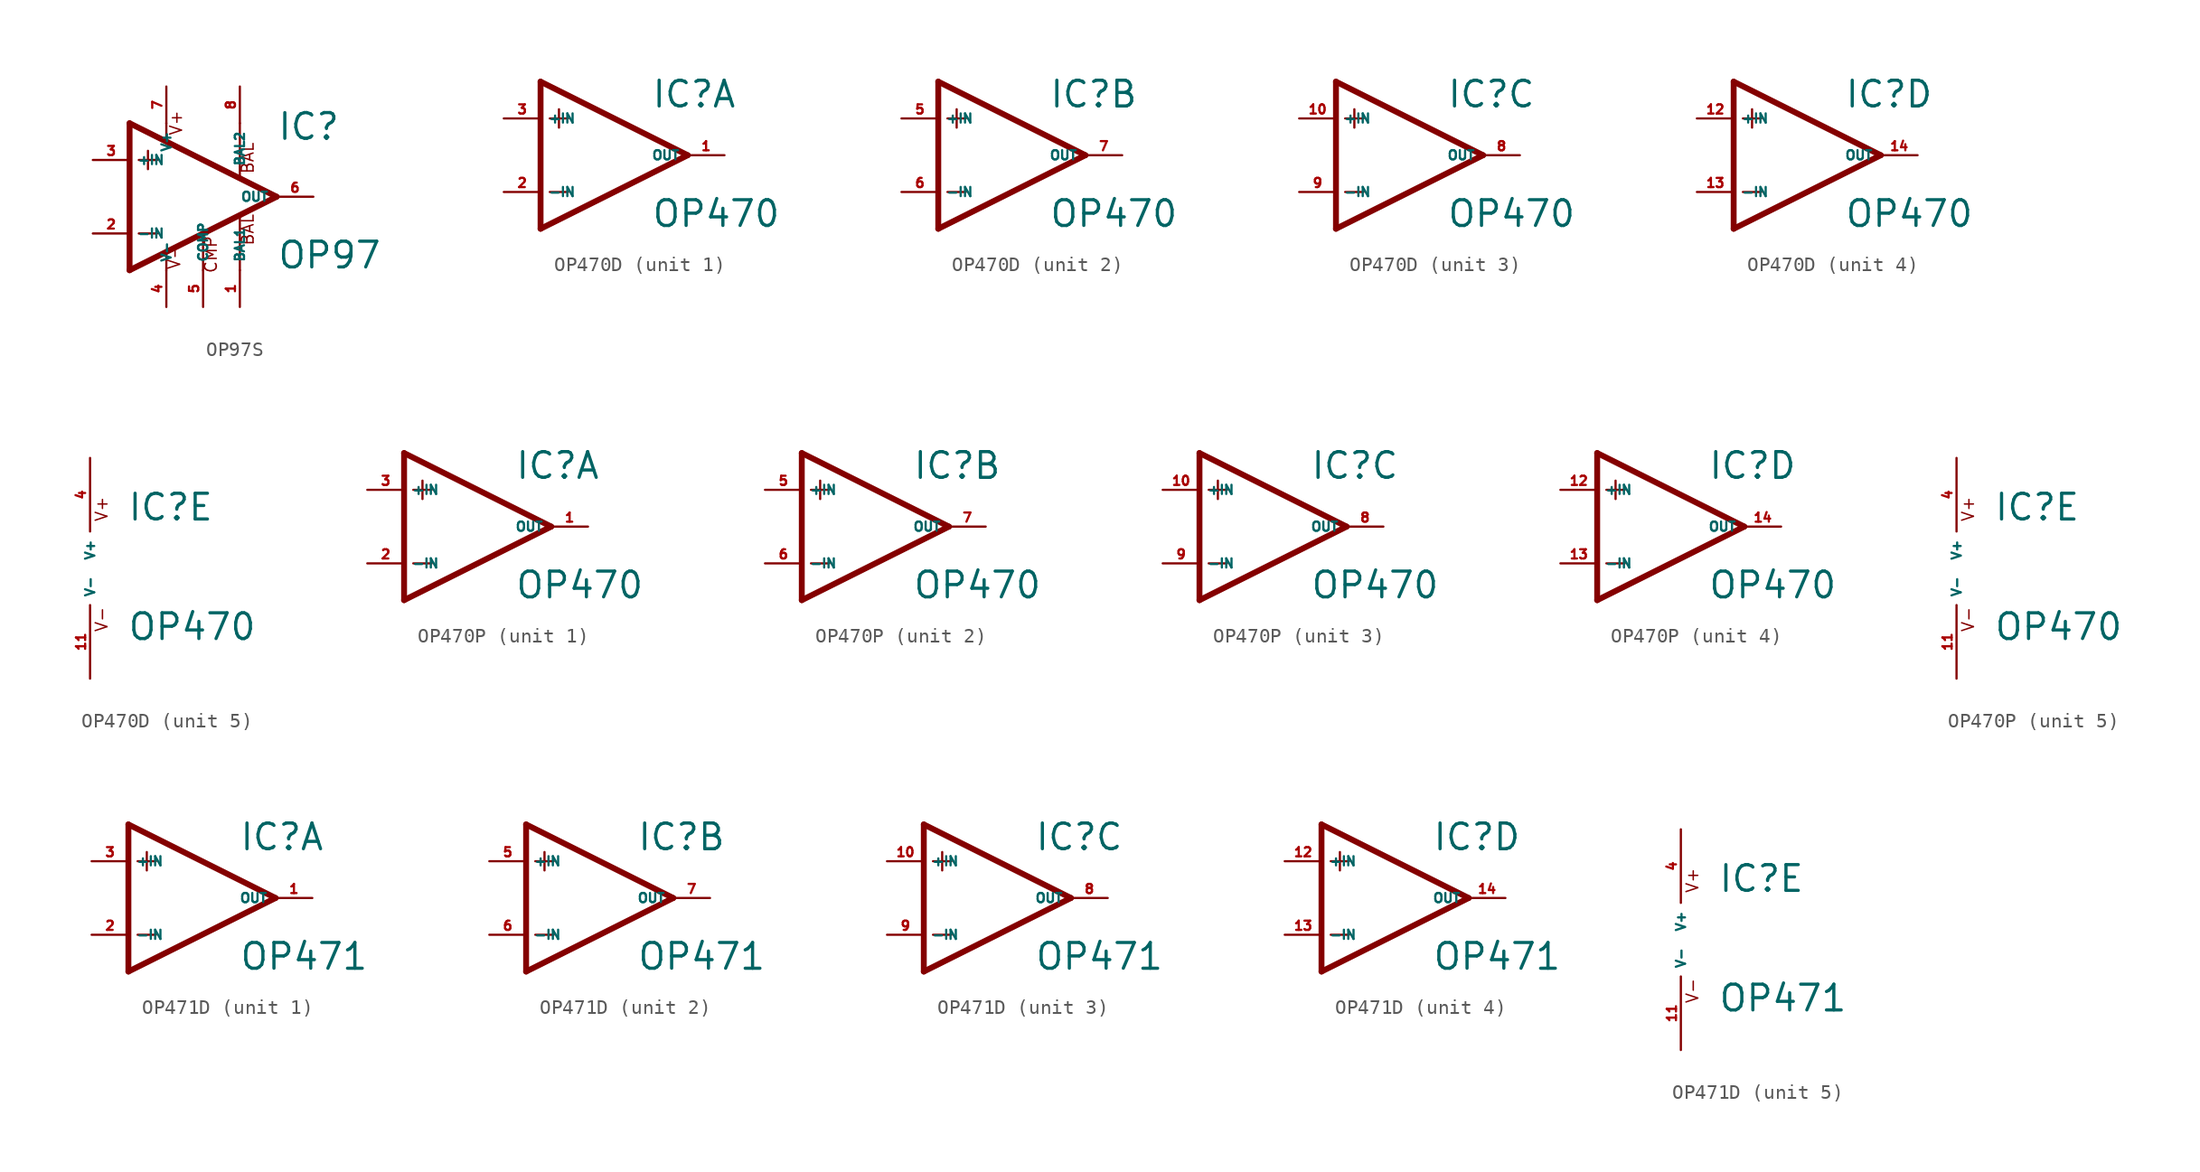
<source format=kicad_sym>
(kicad_symbol_lib
  (version 20220914)
  (generator Eagle2Kicad)
  (symbol "OP97S"
    (property "Reference" "IC"
      (at 5.08 3.81 0)
      (effects (font (size 1.778 1.778) (thickness 0.22)) (justify left bottom)))
    (property "Value" "OP97"
      (at 5.08 -5.08 0)
      (effects (font (size 1.778 1.778) (thickness 0.22)) (justify left bottom)))
    (polyline
      (pts (xy -3.81 3.175) (xy -3.81 1.905))
      (stroke (width 0.152) (type default))
      (fill (type none)))
    (polyline
      (pts (xy -4.445 2.54) (xy -3.175 2.54))
      (stroke (width 0.152) (type default))
      (fill (type none)))
    (polyline
      (pts (xy -4.445 -2.54) (xy -3.175 -2.54))
      (stroke (width 0.152) (type default))
      (fill (type none)))
    (polyline
      (pts (xy -5.08 5.08) (xy -5.08 -5.08))
      (stroke (width 0.406) (type default))
      (fill (type none)))
    (polyline
      (pts (xy -2.54 5.08) (xy -2.54 3.886))
      (stroke (width 0.152) (type default))
      (fill (type none)))
    (polyline
      (pts (xy 2.54 5.08) (xy 2.54 1.346))
      (stroke (width 0.152) (type default))
      (fill (type none)))
    (polyline
      (pts (xy 2.54 -5.08) (xy 2.54 -1.346))
      (stroke (width 0.152) (type default))
      (fill (type none)))
    (polyline
      (pts (xy -5.08 5.08) (xy 5.08 0))
      (stroke (width 0.406) (type default))
      (fill (type none)))
    (polyline
      (pts (xy -5.08 -5.08) (xy 5.08 0))
      (stroke (width 0.406) (type default))
      (fill (type none)))
    (polyline
      (pts (xy -2.54 -5.08) (xy -2.54 -3.886))
      (stroke (width 0.152) (type default))
      (fill (type none)))
    (polyline
      (pts (xy 0 -5.08) (xy 0 -2.616))
      (stroke (width 0.152) (type default))
      (fill (type none)))
    (text "BAL"
      (at 3.556 1.524 900)
      (effects (font (size 0.813 0.813) (thickness 0.10)) (justify left bottom)))
    (text "BAL"
      (at 3.556 -3.429 900)
      (effects (font (size 0.813 0.813) (thickness 0.10)) (justify left bottom)))
    (text "V-"
      (at -1.524 -5.08 900)
      (effects (font (size 0.813 0.813) (thickness 0.10)) (justify left bottom)))
    (text "CMP"
      (at 1.016 -5.334 900)
      (effects (font (size 0.813 0.813) (thickness 0.10)) (justify left bottom)))
    (text "V+"
      (at -1.397 4.191 900)
      (effects (font (size 0.813 0.813) (thickness 0.10)) (justify left bottom)))
    (pin input line
      (at -7.62 -2.54 0)
      (length 2.54)
      (name "-IN" (effects (font (size 0.635 0.635) (thickness 0.08)) (justify left bottom)))
      (number "2" (effects (font (size 0.635 0.635) (thickness 0.08)) (justify left bottom))))
    (pin input line
      (at -7.62 2.54 0)
      (length 2.54)
      (name "+IN" (effects (font (size 0.635 0.635) (thickness 0.08)) (justify left bottom)))
      (number "3" (effects (font (size 0.635 0.635) (thickness 0.08)) (justify left bottom))))
    (pin passive line
      (at 2.54 7.62 270)
      (length 2.54)
      (name "BAL2" (effects (font (size 0.635 0.635) (thickness 0.08)) (justify left bottom)))
      (number "8" (effects (font (size 0.635 0.635) (thickness 0.08)) (justify left bottom))))
    (pin output line
      (at 7.62 0 180)
      (length 2.54)
      (name "OUT" (effects (font (size 0.635 0.635) (thickness 0.08)) (justify left bottom)))
      (number "6" (effects (font (size 0.635 0.635) (thickness 0.08)) (justify left bottom))))
    (pin passive line
      (at 2.54 -7.62 90)
      (length 2.54)
      (name "BAL1" (effects (font (size 0.635 0.635) (thickness 0.08)) (justify left bottom)))
      (number "1" (effects (font (size 0.635 0.635) (thickness 0.08)) (justify left bottom))))
    (pin unspecified line
      (at -2.54 7.62 270)
      (length 2.54)
      (name "V+" (effects (font (size 0.635 0.635) (thickness 0.08)) (justify left bottom)))
      (number "7" (effects (font (size 0.635 0.635) (thickness 0.08)) (justify left bottom))))
    (pin passive line
      (at 0 -7.62 90)
      (length 2.54)
      (name "COMP" (effects (font (size 0.635 0.635) (thickness 0.08)) (justify left bottom)))
      (number "5" (effects (font (size 0.635 0.635) (thickness 0.08)) (justify left bottom))))
    (pin unspecified line
      (at -2.54 -7.62 90)
      (length 2.54)
      (name "V-" (effects (font (size 0.635 0.635) (thickness 0.08)) (justify left bottom)))
      (number "4" (effects (font (size 0.635 0.635) (thickness 0.08)) (justify left bottom)))))
  (symbol "OP470D"
    (property "Reference" "IC"
      (at 2.54 3.175 0)
      (effects (font (size 1.778 1.778) (thickness 0.22)) (justify left bottom)))
    (property "Value" "OP470"
      (at 2.54 -5.08 0)
      (effects (font (size 1.778 1.778) (thickness 0.22)) (justify left bottom)))
    (symbol "OP470D_1_0"
      (polyline (pts (xy -5.08 5.08) (xy -5.08 -5.08)) (stroke (width 0.406) (type default)) (fill (type none)))
      (polyline (pts (xy -5.08 -5.08) (xy 5.08 0)) (stroke (width 0.406) (type default)) (fill (type none)))
      (polyline (pts (xy 5.08 0) (xy -5.08 5.08)) (stroke (width 0.406) (type default)) (fill (type none)))
      (polyline (pts (xy -3.81 3.175) (xy -3.81 1.905)) (stroke (width 0.152) (type default)) (fill (type none)))
      (polyline (pts (xy -4.445 2.54) (xy -3.175 2.54)) (stroke (width 0.152) (type default)) (fill (type none)))
      (polyline (pts (xy -4.445 -2.54) (xy -3.175 -2.54)) (stroke (width 0.152) (type default)) (fill (type none)))
      (pin input line (at -7.62 -2.54 0) (length 2.54) (name "-IN" (effects (font (size 0.635 0.635) (thickness 0.08)) (justify left bottom))) (number "2" (effects (font (size 0.635 0.635) (thickness 0.08)) (justify left bottom))))
      (pin input line (at -7.62 2.54 0) (length 2.54) (name "+IN" (effects (font (size 0.635 0.635) (thickness 0.08)) (justify left bottom))) (number "3" (effects (font (size 0.635 0.635) (thickness 0.08)) (justify left bottom))))
      (pin output line (at 7.62 0 180) (length 2.54) (name "OUT" (effects (font (size 0.635 0.635) (thickness 0.08)) (justify left bottom))) (number "1" (effects (font (size 0.635 0.635) (thickness 0.08)) (justify left bottom)))))
    (symbol "OP470D_2_0"
      (polyline (pts (xy -5.08 5.08) (xy -5.08 -5.08)) (stroke (width 0.406) (type default)) (fill (type none)))
      (polyline (pts (xy -5.08 -5.08) (xy 5.08 0)) (stroke (width 0.406) (type default)) (fill (type none)))
      (polyline (pts (xy 5.08 0) (xy -5.08 5.08)) (stroke (width 0.406) (type default)) (fill (type none)))
      (polyline (pts (xy -3.81 3.175) (xy -3.81 1.905)) (stroke (width 0.152) (type default)) (fill (type none)))
      (polyline (pts (xy -4.445 2.54) (xy -3.175 2.54)) (stroke (width 0.152) (type default)) (fill (type none)))
      (polyline (pts (xy -4.445 -2.54) (xy -3.175 -2.54)) (stroke (width 0.152) (type default)) (fill (type none)))
      (pin input line (at -7.62 -2.54 0) (length 2.54) (name "-IN" (effects (font (size 0.635 0.635) (thickness 0.08)) (justify left bottom))) (number "6" (effects (font (size 0.635 0.635) (thickness 0.08)) (justify left bottom))))
      (pin input line (at -7.62 2.54 0) (length 2.54) (name "+IN" (effects (font (size 0.635 0.635) (thickness 0.08)) (justify left bottom))) (number "5" (effects (font (size 0.635 0.635) (thickness 0.08)) (justify left bottom))))
      (pin output line (at 7.62 0 180) (length 2.54) (name "OUT" (effects (font (size 0.635 0.635) (thickness 0.08)) (justify left bottom))) (number "7" (effects (font (size 0.635 0.635) (thickness 0.08)) (justify left bottom)))))
    (symbol "OP470D_3_0"
      (polyline (pts (xy -5.08 5.08) (xy -5.08 -5.08)) (stroke (width 0.406) (type default)) (fill (type none)))
      (polyline (pts (xy -5.08 -5.08) (xy 5.08 0)) (stroke (width 0.406) (type default)) (fill (type none)))
      (polyline (pts (xy 5.08 0) (xy -5.08 5.08)) (stroke (width 0.406) (type default)) (fill (type none)))
      (polyline (pts (xy -3.81 3.175) (xy -3.81 1.905)) (stroke (width 0.152) (type default)) (fill (type none)))
      (polyline (pts (xy -4.445 2.54) (xy -3.175 2.54)) (stroke (width 0.152) (type default)) (fill (type none)))
      (polyline (pts (xy -4.445 -2.54) (xy -3.175 -2.54)) (stroke (width 0.152) (type default)) (fill (type none)))
      (pin input line (at -7.62 -2.54 0) (length 2.54) (name "-IN" (effects (font (size 0.635 0.635) (thickness 0.08)) (justify left bottom))) (number "9" (effects (font (size 0.635 0.635) (thickness 0.08)) (justify left bottom))))
      (pin input line (at -7.62 2.54 0) (length 2.54) (name "+IN" (effects (font (size 0.635 0.635) (thickness 0.08)) (justify left bottom))) (number "10" (effects (font (size 0.635 0.635) (thickness 0.08)) (justify left bottom))))
      (pin output line (at 7.62 0 180) (length 2.54) (name "OUT" (effects (font (size 0.635 0.635) (thickness 0.08)) (justify left bottom))) (number "8" (effects (font (size 0.635 0.635) (thickness 0.08)) (justify left bottom)))))
    (symbol "OP470D_4_0"
      (polyline (pts (xy -5.08 5.08) (xy -5.08 -5.08)) (stroke (width 0.406) (type default)) (fill (type none)))
      (polyline (pts (xy -5.08 -5.08) (xy 5.08 0)) (stroke (width 0.406) (type default)) (fill (type none)))
      (polyline (pts (xy 5.08 0) (xy -5.08 5.08)) (stroke (width 0.406) (type default)) (fill (type none)))
      (polyline (pts (xy -3.81 3.175) (xy -3.81 1.905)) (stroke (width 0.152) (type default)) (fill (type none)))
      (polyline (pts (xy -4.445 2.54) (xy -3.175 2.54)) (stroke (width 0.152) (type default)) (fill (type none)))
      (polyline (pts (xy -4.445 -2.54) (xy -3.175 -2.54)) (stroke (width 0.152) (type default)) (fill (type none)))
      (pin input line (at -7.62 -2.54 0) (length 2.54) (name "-IN" (effects (font (size 0.635 0.635) (thickness 0.08)) (justify left bottom))) (number "13" (effects (font (size 0.635 0.635) (thickness 0.08)) (justify left bottom))))
      (pin input line (at -7.62 2.54 0) (length 2.54) (name "+IN" (effects (font (size 0.635 0.635) (thickness 0.08)) (justify left bottom))) (number "12" (effects (font (size 0.635 0.635) (thickness 0.08)) (justify left bottom))))
      (pin output line (at 7.62 0 180) (length 2.54) (name "OUT" (effects (font (size 0.635 0.635) (thickness 0.08)) (justify left bottom))) (number "14" (effects (font (size 0.635 0.635) (thickness 0.08)) (justify left bottom)))))
    (symbol "OP470D_5_0"
      (text "V+" (at 1.27 3.175 900) (effects (font (size 0.813 0.813) (thickness 0.10)) (justify left bottom)))
      (text "V-" (at 1.27 -4.445 900) (effects (font (size 0.813 0.813) (thickness 0.10)) (justify left bottom)))
      (pin unspecified line (at 0 7.62 270) (length 5.08) (name "V+" (effects (font (size 0.635 0.635) (thickness 0.08)) (justify left bottom))) (number "4" (effects (font (size 0.635 0.635) (thickness 0.08)) (justify left bottom))))
      (pin unspecified line (at 0 -7.62 90) (length 5.08) (name "V-" (effects (font (size 0.635 0.635) (thickness 0.08)) (justify left bottom))) (number "11" (effects (font (size 0.635 0.635) (thickness 0.08)) (justify left bottom))))))
  (symbol "OP470P"
    (property "Reference" "IC"
      (at 2.54 3.175 0)
      (effects (font (size 1.778 1.778) (thickness 0.22)) (justify left bottom)))
    (property "Value" "OP470"
      (at 2.54 -5.08 0)
      (effects (font (size 1.778 1.778) (thickness 0.22)) (justify left bottom)))
    (symbol "OP470P_1_0"
      (polyline (pts (xy -5.08 5.08) (xy -5.08 -5.08)) (stroke (width 0.406) (type default)) (fill (type none)))
      (polyline (pts (xy -5.08 -5.08) (xy 5.08 0)) (stroke (width 0.406) (type default)) (fill (type none)))
      (polyline (pts (xy 5.08 0) (xy -5.08 5.08)) (stroke (width 0.406) (type default)) (fill (type none)))
      (polyline (pts (xy -3.81 3.175) (xy -3.81 1.905)) (stroke (width 0.152) (type default)) (fill (type none)))
      (polyline (pts (xy -4.445 2.54) (xy -3.175 2.54)) (stroke (width 0.152) (type default)) (fill (type none)))
      (polyline (pts (xy -4.445 -2.54) (xy -3.175 -2.54)) (stroke (width 0.152) (type default)) (fill (type none)))
      (pin input line (at -7.62 -2.54 0) (length 2.54) (name "-IN" (effects (font (size 0.635 0.635) (thickness 0.08)) (justify left bottom))) (number "2" (effects (font (size 0.635 0.635) (thickness 0.08)) (justify left bottom))))
      (pin input line (at -7.62 2.54 0) (length 2.54) (name "+IN" (effects (font (size 0.635 0.635) (thickness 0.08)) (justify left bottom))) (number "3" (effects (font (size 0.635 0.635) (thickness 0.08)) (justify left bottom))))
      (pin output line (at 7.62 0 180) (length 2.54) (name "OUT" (effects (font (size 0.635 0.635) (thickness 0.08)) (justify left bottom))) (number "1" (effects (font (size 0.635 0.635) (thickness 0.08)) (justify left bottom)))))
    (symbol "OP470P_2_0"
      (polyline (pts (xy -5.08 5.08) (xy -5.08 -5.08)) (stroke (width 0.406) (type default)) (fill (type none)))
      (polyline (pts (xy -5.08 -5.08) (xy 5.08 0)) (stroke (width 0.406) (type default)) (fill (type none)))
      (polyline (pts (xy 5.08 0) (xy -5.08 5.08)) (stroke (width 0.406) (type default)) (fill (type none)))
      (polyline (pts (xy -3.81 3.175) (xy -3.81 1.905)) (stroke (width 0.152) (type default)) (fill (type none)))
      (polyline (pts (xy -4.445 2.54) (xy -3.175 2.54)) (stroke (width 0.152) (type default)) (fill (type none)))
      (polyline (pts (xy -4.445 -2.54) (xy -3.175 -2.54)) (stroke (width 0.152) (type default)) (fill (type none)))
      (pin input line (at -7.62 -2.54 0) (length 2.54) (name "-IN" (effects (font (size 0.635 0.635) (thickness 0.08)) (justify left bottom))) (number "6" (effects (font (size 0.635 0.635) (thickness 0.08)) (justify left bottom))))
      (pin input line (at -7.62 2.54 0) (length 2.54) (name "+IN" (effects (font (size 0.635 0.635) (thickness 0.08)) (justify left bottom))) (number "5" (effects (font (size 0.635 0.635) (thickness 0.08)) (justify left bottom))))
      (pin output line (at 7.62 0 180) (length 2.54) (name "OUT" (effects (font (size 0.635 0.635) (thickness 0.08)) (justify left bottom))) (number "7" (effects (font (size 0.635 0.635) (thickness 0.08)) (justify left bottom)))))
    (symbol "OP470P_3_0"
      (polyline (pts (xy -5.08 5.08) (xy -5.08 -5.08)) (stroke (width 0.406) (type default)) (fill (type none)))
      (polyline (pts (xy -5.08 -5.08) (xy 5.08 0)) (stroke (width 0.406) (type default)) (fill (type none)))
      (polyline (pts (xy 5.08 0) (xy -5.08 5.08)) (stroke (width 0.406) (type default)) (fill (type none)))
      (polyline (pts (xy -3.81 3.175) (xy -3.81 1.905)) (stroke (width 0.152) (type default)) (fill (type none)))
      (polyline (pts (xy -4.445 2.54) (xy -3.175 2.54)) (stroke (width 0.152) (type default)) (fill (type none)))
      (polyline (pts (xy -4.445 -2.54) (xy -3.175 -2.54)) (stroke (width 0.152) (type default)) (fill (type none)))
      (pin input line (at -7.62 -2.54 0) (length 2.54) (name "-IN" (effects (font (size 0.635 0.635) (thickness 0.08)) (justify left bottom))) (number "9" (effects (font (size 0.635 0.635) (thickness 0.08)) (justify left bottom))))
      (pin input line (at -7.62 2.54 0) (length 2.54) (name "+IN" (effects (font (size 0.635 0.635) (thickness 0.08)) (justify left bottom))) (number "10" (effects (font (size 0.635 0.635) (thickness 0.08)) (justify left bottom))))
      (pin output line (at 7.62 0 180) (length 2.54) (name "OUT" (effects (font (size 0.635 0.635) (thickness 0.08)) (justify left bottom))) (number "8" (effects (font (size 0.635 0.635) (thickness 0.08)) (justify left bottom)))))
    (symbol "OP470P_4_0"
      (polyline (pts (xy -5.08 5.08) (xy -5.08 -5.08)) (stroke (width 0.406) (type default)) (fill (type none)))
      (polyline (pts (xy -5.08 -5.08) (xy 5.08 0)) (stroke (width 0.406) (type default)) (fill (type none)))
      (polyline (pts (xy 5.08 0) (xy -5.08 5.08)) (stroke (width 0.406) (type default)) (fill (type none)))
      (polyline (pts (xy -3.81 3.175) (xy -3.81 1.905)) (stroke (width 0.152) (type default)) (fill (type none)))
      (polyline (pts (xy -4.445 2.54) (xy -3.175 2.54)) (stroke (width 0.152) (type default)) (fill (type none)))
      (polyline (pts (xy -4.445 -2.54) (xy -3.175 -2.54)) (stroke (width 0.152) (type default)) (fill (type none)))
      (pin input line (at -7.62 -2.54 0) (length 2.54) (name "-IN" (effects (font (size 0.635 0.635) (thickness 0.08)) (justify left bottom))) (number "13" (effects (font (size 0.635 0.635) (thickness 0.08)) (justify left bottom))))
      (pin input line (at -7.62 2.54 0) (length 2.54) (name "+IN" (effects (font (size 0.635 0.635) (thickness 0.08)) (justify left bottom))) (number "12" (effects (font (size 0.635 0.635) (thickness 0.08)) (justify left bottom))))
      (pin output line (at 7.62 0 180) (length 2.54) (name "OUT" (effects (font (size 0.635 0.635) (thickness 0.08)) (justify left bottom))) (number "14" (effects (font (size 0.635 0.635) (thickness 0.08)) (justify left bottom)))))
    (symbol "OP470P_5_0"
      (text "V+" (at 1.27 3.175 900) (effects (font (size 0.813 0.813) (thickness 0.10)) (justify left bottom)))
      (text "V-" (at 1.27 -4.445 900) (effects (font (size 0.813 0.813) (thickness 0.10)) (justify left bottom)))
      (pin unspecified line (at 0 7.62 270) (length 5.08) (name "V+" (effects (font (size 0.635 0.635) (thickness 0.08)) (justify left bottom))) (number "4" (effects (font (size 0.635 0.635) (thickness 0.08)) (justify left bottom))))
      (pin unspecified line (at 0 -7.62 90) (length 5.08) (name "V-" (effects (font (size 0.635 0.635) (thickness 0.08)) (justify left bottom))) (number "11" (effects (font (size 0.635 0.635) (thickness 0.08)) (justify left bottom))))))
  (symbol "OP471D"
    (property "Reference" "IC"
      (at 2.54 3.175 0)
      (effects (font (size 1.778 1.778) (thickness 0.22)) (justify left bottom)))
    (property "Value" "OP471"
      (at 2.54 -5.08 0)
      (effects (font (size 1.778 1.778) (thickness 0.22)) (justify left bottom)))
    (symbol "OP471D_1_0"
      (polyline (pts (xy -5.08 5.08) (xy -5.08 -5.08)) (stroke (width 0.406) (type default)) (fill (type none)))
      (polyline (pts (xy -5.08 -5.08) (xy 5.08 0)) (stroke (width 0.406) (type default)) (fill (type none)))
      (polyline (pts (xy 5.08 0) (xy -5.08 5.08)) (stroke (width 0.406) (type default)) (fill (type none)))
      (polyline (pts (xy -3.81 3.175) (xy -3.81 1.905)) (stroke (width 0.152) (type default)) (fill (type none)))
      (polyline (pts (xy -4.445 2.54) (xy -3.175 2.54)) (stroke (width 0.152) (type default)) (fill (type none)))
      (polyline (pts (xy -4.445 -2.54) (xy -3.175 -2.54)) (stroke (width 0.152) (type default)) (fill (type none)))
      (pin input line (at -7.62 -2.54 0) (length 2.54) (name "-IN" (effects (font (size 0.635 0.635) (thickness 0.08)) (justify left bottom))) (number "2" (effects (font (size 0.635 0.635) (thickness 0.08)) (justify left bottom))))
      (pin input line (at -7.62 2.54 0) (length 2.54) (name "+IN" (effects (font (size 0.635 0.635) (thickness 0.08)) (justify left bottom))) (number "3" (effects (font (size 0.635 0.635) (thickness 0.08)) (justify left bottom))))
      (pin output line (at 7.62 0 180) (length 2.54) (name "OUT" (effects (font (size 0.635 0.635) (thickness 0.08)) (justify left bottom))) (number "1" (effects (font (size 0.635 0.635) (thickness 0.08)) (justify left bottom)))))
    (symbol "OP471D_2_0"
      (polyline (pts (xy -5.08 5.08) (xy -5.08 -5.08)) (stroke (width 0.406) (type default)) (fill (type none)))
      (polyline (pts (xy -5.08 -5.08) (xy 5.08 0)) (stroke (width 0.406) (type default)) (fill (type none)))
      (polyline (pts (xy 5.08 0) (xy -5.08 5.08)) (stroke (width 0.406) (type default)) (fill (type none)))
      (polyline (pts (xy -3.81 3.175) (xy -3.81 1.905)) (stroke (width 0.152) (type default)) (fill (type none)))
      (polyline (pts (xy -4.445 2.54) (xy -3.175 2.54)) (stroke (width 0.152) (type default)) (fill (type none)))
      (polyline (pts (xy -4.445 -2.54) (xy -3.175 -2.54)) (stroke (width 0.152) (type default)) (fill (type none)))
      (pin input line (at -7.62 -2.54 0) (length 2.54) (name "-IN" (effects (font (size 0.635 0.635) (thickness 0.08)) (justify left bottom))) (number "6" (effects (font (size 0.635 0.635) (thickness 0.08)) (justify left bottom))))
      (pin input line (at -7.62 2.54 0) (length 2.54) (name "+IN" (effects (font (size 0.635 0.635) (thickness 0.08)) (justify left bottom))) (number "5" (effects (font (size 0.635 0.635) (thickness 0.08)) (justify left bottom))))
      (pin output line (at 7.62 0 180) (length 2.54) (name "OUT" (effects (font (size 0.635 0.635) (thickness 0.08)) (justify left bottom))) (number "7" (effects (font (size 0.635 0.635) (thickness 0.08)) (justify left bottom)))))
    (symbol "OP471D_3_0"
      (polyline (pts (xy -5.08 5.08) (xy -5.08 -5.08)) (stroke (width 0.406) (type default)) (fill (type none)))
      (polyline (pts (xy -5.08 -5.08) (xy 5.08 0)) (stroke (width 0.406) (type default)) (fill (type none)))
      (polyline (pts (xy 5.08 0) (xy -5.08 5.08)) (stroke (width 0.406) (type default)) (fill (type none)))
      (polyline (pts (xy -3.81 3.175) (xy -3.81 1.905)) (stroke (width 0.152) (type default)) (fill (type none)))
      (polyline (pts (xy -4.445 2.54) (xy -3.175 2.54)) (stroke (width 0.152) (type default)) (fill (type none)))
      (polyline (pts (xy -4.445 -2.54) (xy -3.175 -2.54)) (stroke (width 0.152) (type default)) (fill (type none)))
      (pin input line (at -7.62 -2.54 0) (length 2.54) (name "-IN" (effects (font (size 0.635 0.635) (thickness 0.08)) (justify left bottom))) (number "9" (effects (font (size 0.635 0.635) (thickness 0.08)) (justify left bottom))))
      (pin input line (at -7.62 2.54 0) (length 2.54) (name "+IN" (effects (font (size 0.635 0.635) (thickness 0.08)) (justify left bottom))) (number "10" (effects (font (size 0.635 0.635) (thickness 0.08)) (justify left bottom))))
      (pin output line (at 7.62 0 180) (length 2.54) (name "OUT" (effects (font (size 0.635 0.635) (thickness 0.08)) (justify left bottom))) (number "8" (effects (font (size 0.635 0.635) (thickness 0.08)) (justify left bottom)))))
    (symbol "OP471D_4_0"
      (polyline (pts (xy -5.08 5.08) (xy -5.08 -5.08)) (stroke (width 0.406) (type default)) (fill (type none)))
      (polyline (pts (xy -5.08 -5.08) (xy 5.08 0)) (stroke (width 0.406) (type default)) (fill (type none)))
      (polyline (pts (xy 5.08 0) (xy -5.08 5.08)) (stroke (width 0.406) (type default)) (fill (type none)))
      (polyline (pts (xy -3.81 3.175) (xy -3.81 1.905)) (stroke (width 0.152) (type default)) (fill (type none)))
      (polyline (pts (xy -4.445 2.54) (xy -3.175 2.54)) (stroke (width 0.152) (type default)) (fill (type none)))
      (polyline (pts (xy -4.445 -2.54) (xy -3.175 -2.54)) (stroke (width 0.152) (type default)) (fill (type none)))
      (pin input line (at -7.62 -2.54 0) (length 2.54) (name "-IN" (effects (font (size 0.635 0.635) (thickness 0.08)) (justify left bottom))) (number "13" (effects (font (size 0.635 0.635) (thickness 0.08)) (justify left bottom))))
      (pin input line (at -7.62 2.54 0) (length 2.54) (name "+IN" (effects (font (size 0.635 0.635) (thickness 0.08)) (justify left bottom))) (number "12" (effects (font (size 0.635 0.635) (thickness 0.08)) (justify left bottom))))
      (pin output line (at 7.62 0 180) (length 2.54) (name "OUT" (effects (font (size 0.635 0.635) (thickness 0.08)) (justify left bottom))) (number "14" (effects (font (size 0.635 0.635) (thickness 0.08)) (justify left bottom)))))
    (symbol "OP471D_5_0"
      (text "V+" (at 1.27 3.175 900) (effects (font (size 0.813 0.813) (thickness 0.10)) (justify left bottom)))
      (text "V-" (at 1.27 -4.445 900) (effects (font (size 0.813 0.813) (thickness 0.10)) (justify left bottom)))
      (pin unspecified line (at 0 7.62 270) (length 5.08) (name "V+" (effects (font (size 0.635 0.635) (thickness 0.08)) (justify left bottom))) (number "4" (effects (font (size 0.635 0.635) (thickness 0.08)) (justify left bottom))))
      (pin unspecified line (at 0 -7.62 90) (length 5.08) (name "V-" (effects (font (size 0.635 0.635) (thickness 0.08)) (justify left bottom))) (number "11" (effects (font (size 0.635 0.635) (thickness 0.08)) (justify left bottom)))))))
</source>
